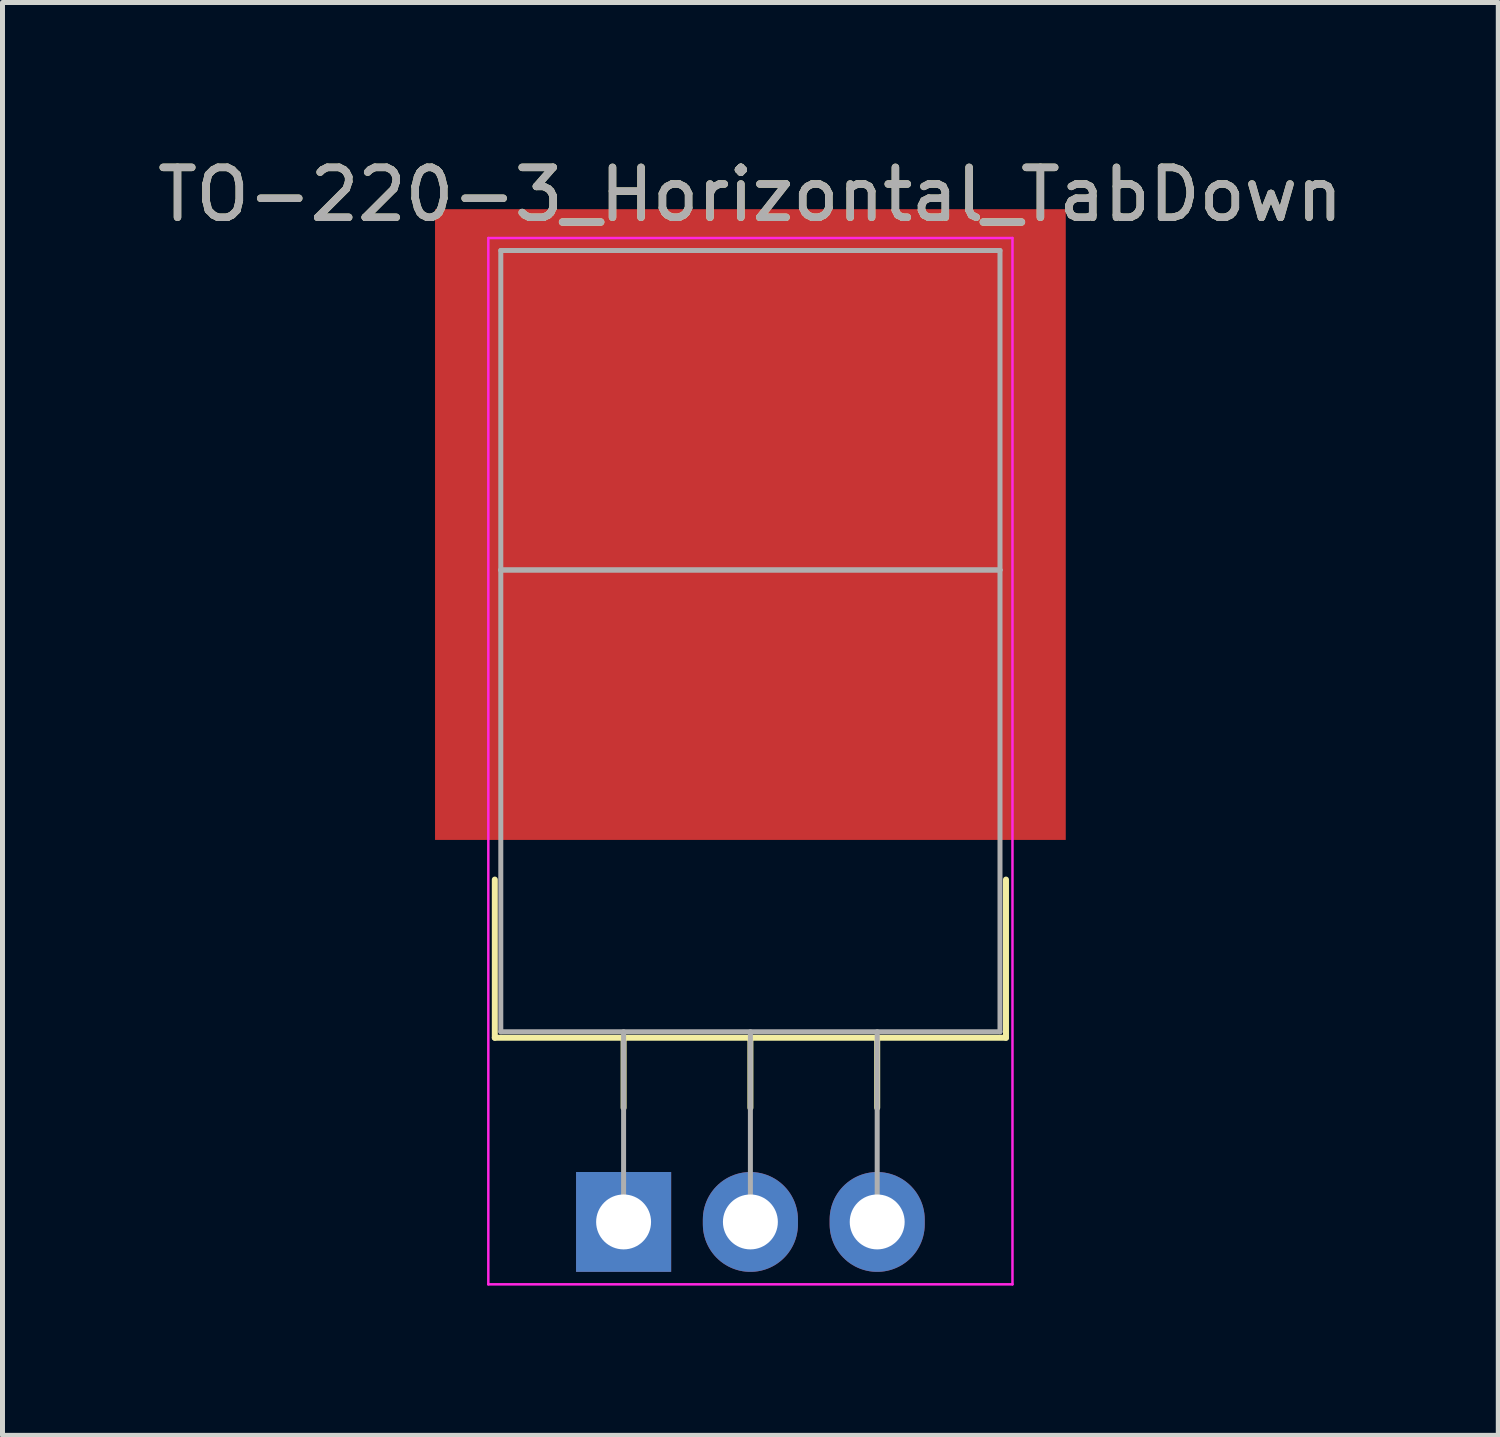
<source format=kicad_pcb>
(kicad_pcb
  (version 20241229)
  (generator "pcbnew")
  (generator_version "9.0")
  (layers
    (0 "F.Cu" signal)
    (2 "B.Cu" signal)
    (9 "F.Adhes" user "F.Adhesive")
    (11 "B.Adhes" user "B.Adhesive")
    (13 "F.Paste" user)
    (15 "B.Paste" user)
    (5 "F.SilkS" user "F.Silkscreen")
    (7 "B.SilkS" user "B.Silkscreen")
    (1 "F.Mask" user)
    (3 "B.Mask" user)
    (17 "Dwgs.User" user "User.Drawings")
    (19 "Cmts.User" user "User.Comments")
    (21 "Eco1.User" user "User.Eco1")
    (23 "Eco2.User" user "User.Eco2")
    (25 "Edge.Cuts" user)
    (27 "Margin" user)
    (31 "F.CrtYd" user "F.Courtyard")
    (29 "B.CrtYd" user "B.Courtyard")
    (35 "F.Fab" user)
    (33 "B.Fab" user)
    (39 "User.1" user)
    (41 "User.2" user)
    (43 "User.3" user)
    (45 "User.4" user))
  (footprint "TO-220-3_Horizontal_TabDown"
    (layer "F.Cu")
    (at 9.442 21.428)
    (property "Reference" "TO-220-3_Horizontal_TabDown" (at 2.54 -20.58 0) (layer "F.SilkS") (effects (font (size 1 1) (thickness 0.15))))
    (attr through_hole)
    (fp_line (start -2.58 -6.858) (end -2.58 -3.69) (stroke (width 0.12) (type solid)) (layer "F.SilkS"))
    (fp_line (start -2.58 -3.69) (end 7.66 -3.69) (stroke (width 0.12) (type solid)) (layer "F.SilkS"))
    (fp_line (start 0 -3.69) (end 0 -2.286) (stroke (width 0.12) (type solid)) (layer "F.SilkS"))
    (fp_line (start 2.54 -3.69) (end 2.54 -2.286) (stroke (width 0.12) (type solid)) (layer "F.SilkS"))
    (fp_line (start 5.08 -3.69) (end 5.08 -2.286) (stroke (width 0.12) (type solid)) (layer "F.SilkS"))
    (fp_line (start 7.66 -6.858) (end 7.66 -3.69) (stroke (width 0.12) (type solid)) (layer "F.SilkS"))
    (fp_line (start -2.71 -19.71) (end -2.71 1.25) (stroke (width 0.05) (type solid)) (layer "F.CrtYd"))
    (fp_line (start -2.71 1.25) (end 7.79 1.25) (stroke (width 0.05) (type solid)) (layer "F.CrtYd"))
    (fp_line (start 7.79 -19.71) (end -2.71 -19.71) (stroke (width 0.05) (type solid)) (layer "F.CrtYd"))
    (fp_line (start 7.79 1.25) (end 7.79 -19.71) (stroke (width 0.05) (type solid)) (layer "F.CrtYd"))
    (fp_line (start -2.46 -19.46) (end 7.54 -19.46) (stroke (width 0.1) (type solid)) (layer "F.Fab"))
    (fp_line (start -2.46 -13.06) (end -2.46 -19.46) (stroke (width 0.1) (type solid)) (layer "F.Fab"))
    (fp_line (start -2.46 -13.06) (end 7.54 -13.06) (stroke (width 0.1) (type solid)) (layer "F.Fab"))
    (fp_line (start -2.46 -3.81) (end -2.46 -13.06) (stroke (width 0.1) (type solid)) (layer "F.Fab"))
    (fp_line (start 0 -3.81) (end 0 0) (stroke (width 0.1) (type solid)) (layer "F.Fab"))
    (fp_line (start 2.54 -3.81) (end 2.54 0) (stroke (width 0.1) (type solid)) (layer "F.Fab"))
    (fp_line (start 5.08 -3.81) (end 5.08 0) (stroke (width 0.1) (type solid)) (layer "F.Fab"))
    (fp_line (start 7.54 -19.46) (end 7.54 -13.06) (stroke (width 0.1) (type solid)) (layer "F.Fab"))
    (fp_line (start 7.54 -13.06) (end -2.46 -13.06) (stroke (width 0.1) (type solid)) (layer "F.Fab"))
    (fp_line (start 7.54 -13.06) (end 7.54 -3.81) (stroke (width 0.1) (type solid)) (layer "F.Fab"))
    (fp_line (start 7.54 -3.81) (end -2.46 -3.81) (stroke (width 0.1) (type solid)) (layer "F.Fab"))
    (fp_text user "${REFERENCE}" (at 2.54 -20.58 0) (layer "F.Fab") (effects (font (size 1 1) (thickness 0.15))))
    (pad "" smd rect (at -0.635 -17.145) (size 6 6) (layers "F.Paste"))
    (pad "" smd rect (at -0.635 -10.795) (size 6 6) (layers "F.Paste"))
    (pad "" smd rect (at 5.715 -17.145) (size 6 6) (layers "F.Paste"))
    (pad "" smd rect (at 5.715 -10.795) (size 6 6) (layers "F.Paste"))
    (pad "1" thru_hole rect (at 0 0) (size 1.905 2) (drill 1.1) (layers "*.Cu" "*.Mask"))
    (pad "2" smd rect (at 2.54 -13.97) (size 12.635 12.635) (layers "F.Cu" "F.Mask"))
    (pad "2" thru_hole oval (at 2.54 0) (size 1.905 2) (drill 1.1) (layers "*.Cu" "*.Mask"))
    (pad "3" thru_hole oval (at 5.08 0) (size 1.905 2) (drill 1.1) (layers "*.Cu" "*.Mask")))
  (gr_rect
    (start -3 -3)
    (end 26.964 25.703)
    (stroke (width 0.1) (type default))
    (fill no)
    (layer "Edge.Cuts")))
</source>
